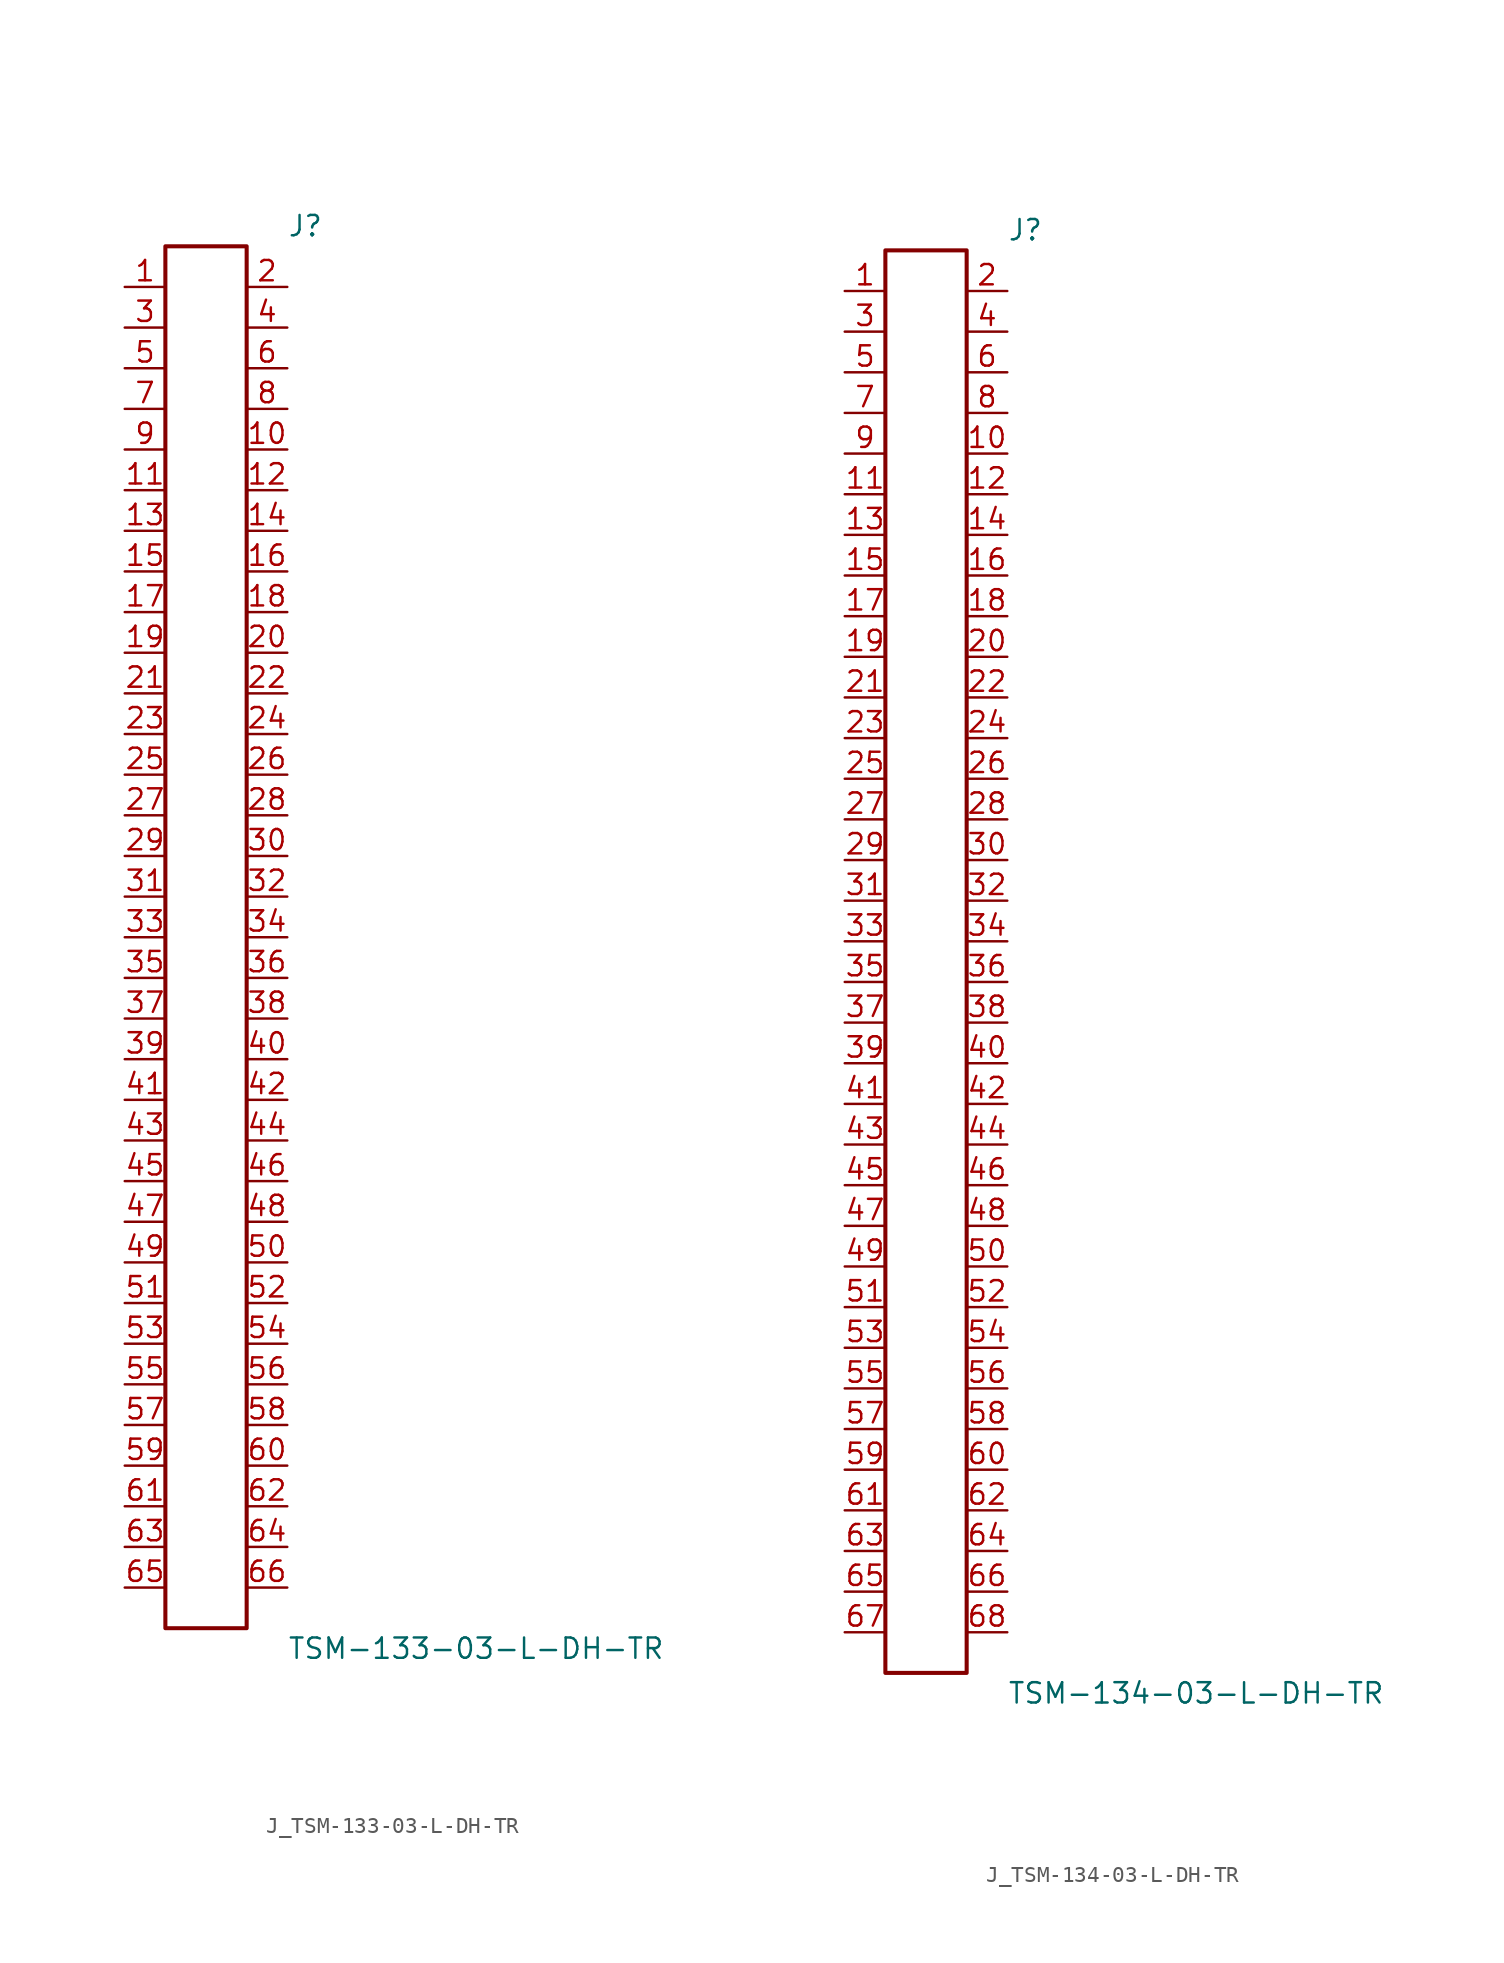
<source format=kicad_sym>
(kicad_symbol_lib
  (version 20231120)
  (generator kicad_symbol_editor)
  (generator_version 8.0)
  (symbol "J_TSM-133-03-L-DH-TR"
    (pin_names
      (offset 0.254))
    (property "Reference" "J"
      (at 5.08 44.45 0)
      (effects (font (size 1.27 1.27)) (justify left)))
    (property "Value" "TSM-133-03-L-DH-TR"
      (at 5.08 -44.45 0)
      (effects (font (size 1.27 1.27)) (justify left)))
    (symbol "J_TSM-133-03-L-DH-TR_0_0"
      (pin passive line (at -5.08 40.64 0) (length 2.54) (name "" (effects (font (size 1.27 1.27)))) (number "1" (effects (font (size 1.27 1.27)))))
      (pin passive line (at 5.08 40.64 180) (length 2.54) (name "" (effects (font (size 1.27 1.27)))) (number "2" (effects (font (size 1.27 1.27)))))
      (pin passive line (at -5.08 38.1 0) (length 2.54) (name "" (effects (font (size 1.27 1.27)))) (number "3" (effects (font (size 1.27 1.27)))))
      (pin passive line (at 5.08 38.1 180) (length 2.54) (name "" (effects (font (size 1.27 1.27)))) (number "4" (effects (font (size 1.27 1.27)))))
      (pin passive line (at -5.08 35.56 0) (length 2.54) (name "" (effects (font (size 1.27 1.27)))) (number "5" (effects (font (size 1.27 1.27)))))
      (pin passive line (at 5.08 35.56 180) (length 2.54) (name "" (effects (font (size 1.27 1.27)))) (number "6" (effects (font (size 1.27 1.27)))))
      (pin passive line (at -5.08 33.02 0) (length 2.54) (name "" (effects (font (size 1.27 1.27)))) (number "7" (effects (font (size 1.27 1.27)))))
      (pin passive line (at 5.08 33.02 180) (length 2.54) (name "" (effects (font (size 1.27 1.27)))) (number "8" (effects (font (size 1.27 1.27)))))
      (pin passive line (at -5.08 30.48 0) (length 2.54) (name "" (effects (font (size 1.27 1.27)))) (number "9" (effects (font (size 1.27 1.27)))))
      (pin passive line (at 5.08 30.48 180) (length 2.54) (name "" (effects (font (size 1.27 1.27)))) (number "10" (effects (font (size 1.27 1.27)))))
      (pin passive line (at -5.08 27.94 0) (length 2.54) (name "" (effects (font (size 1.27 1.27)))) (number "11" (effects (font (size 1.27 1.27)))))
      (pin passive line (at 5.08 27.94 180) (length 2.54) (name "" (effects (font (size 1.27 1.27)))) (number "12" (effects (font (size 1.27 1.27)))))
      (pin passive line (at -5.08 25.4 0) (length 2.54) (name "" (effects (font (size 1.27 1.27)))) (number "13" (effects (font (size 1.27 1.27)))))
      (pin passive line (at 5.08 25.4 180) (length 2.54) (name "" (effects (font (size 1.27 1.27)))) (number "14" (effects (font (size 1.27 1.27)))))
      (pin passive line (at -5.08 22.86 0) (length 2.54) (name "" (effects (font (size 1.27 1.27)))) (number "15" (effects (font (size 1.27 1.27)))))
      (pin passive line (at 5.08 22.86 180) (length 2.54) (name "" (effects (font (size 1.27 1.27)))) (number "16" (effects (font (size 1.27 1.27)))))
      (pin passive line (at -5.08 20.32 0) (length 2.54) (name "" (effects (font (size 1.27 1.27)))) (number "17" (effects (font (size 1.27 1.27)))))
      (pin passive line (at 5.08 20.32 180) (length 2.54) (name "" (effects (font (size 1.27 1.27)))) (number "18" (effects (font (size 1.27 1.27)))))
      (pin passive line (at -5.08 17.78 0) (length 2.54) (name "" (effects (font (size 1.27 1.27)))) (number "19" (effects (font (size 1.27 1.27)))))
      (pin passive line (at 5.08 17.78 180) (length 2.54) (name "" (effects (font (size 1.27 1.27)))) (number "20" (effects (font (size 1.27 1.27)))))
      (pin passive line (at -5.08 15.24 0) (length 2.54) (name "" (effects (font (size 1.27 1.27)))) (number "21" (effects (font (size 1.27 1.27)))))
      (pin passive line (at 5.08 15.24 180) (length 2.54) (name "" (effects (font (size 1.27 1.27)))) (number "22" (effects (font (size 1.27 1.27)))))
      (pin passive line (at -5.08 12.7 0) (length 2.54) (name "" (effects (font (size 1.27 1.27)))) (number "23" (effects (font (size 1.27 1.27)))))
      (pin passive line (at 5.08 12.7 180) (length 2.54) (name "" (effects (font (size 1.27 1.27)))) (number "24" (effects (font (size 1.27 1.27)))))
      (pin passive line (at -5.08 10.16 0) (length 2.54) (name "" (effects (font (size 1.27 1.27)))) (number "25" (effects (font (size 1.27 1.27)))))
      (pin passive line (at 5.08 10.16 180) (length 2.54) (name "" (effects (font (size 1.27 1.27)))) (number "26" (effects (font (size 1.27 1.27)))))
      (pin passive line (at -5.08 7.62 0) (length 2.54) (name "" (effects (font (size 1.27 1.27)))) (number "27" (effects (font (size 1.27 1.27)))))
      (pin passive line (at 5.08 7.62 180) (length 2.54) (name "" (effects (font (size 1.27 1.27)))) (number "28" (effects (font (size 1.27 1.27)))))
      (pin passive line (at -5.08 5.08 0) (length 2.54) (name "" (effects (font (size 1.27 1.27)))) (number "29" (effects (font (size 1.27 1.27)))))
      (pin passive line (at 5.08 5.08 180) (length 2.54) (name "" (effects (font (size 1.27 1.27)))) (number "30" (effects (font (size 1.27 1.27)))))
      (pin passive line (at -5.08 2.54 0) (length 2.54) (name "" (effects (font (size 1.27 1.27)))) (number "31" (effects (font (size 1.27 1.27)))))
      (pin passive line (at 5.08 2.54 180) (length 2.54) (name "" (effects (font (size 1.27 1.27)))) (number "32" (effects (font (size 1.27 1.27)))))
      (pin passive line (at -5.08 0.0 0) (length 2.54) (name "" (effects (font (size 1.27 1.27)))) (number "33" (effects (font (size 1.27 1.27)))))
      (pin passive line (at 5.08 0.0 180) (length 2.54) (name "" (effects (font (size 1.27 1.27)))) (number "34" (effects (font (size 1.27 1.27)))))
      (pin passive line (at -5.08 -2.54 0) (length 2.54) (name "" (effects (font (size 1.27 1.27)))) (number "35" (effects (font (size 1.27 1.27)))))
      (pin passive line (at 5.08 -2.54 180) (length 2.54) (name "" (effects (font (size 1.27 1.27)))) (number "36" (effects (font (size 1.27 1.27)))))
      (pin passive line (at -5.08 -5.08 0) (length 2.54) (name "" (effects (font (size 1.27 1.27)))) (number "37" (effects (font (size 1.27 1.27)))))
      (pin passive line (at 5.08 -5.08 180) (length 2.54) (name "" (effects (font (size 1.27 1.27)))) (number "38" (effects (font (size 1.27 1.27)))))
      (pin passive line (at -5.08 -7.62 0) (length 2.54) (name "" (effects (font (size 1.27 1.27)))) (number "39" (effects (font (size 1.27 1.27)))))
      (pin passive line (at 5.08 -7.62 180) (length 2.54) (name "" (effects (font (size 1.27 1.27)))) (number "40" (effects (font (size 1.27 1.27)))))
      (pin passive line (at -5.08 -10.16 0) (length 2.54) (name "" (effects (font (size 1.27 1.27)))) (number "41" (effects (font (size 1.27 1.27)))))
      (pin passive line (at 5.08 -10.16 180) (length 2.54) (name "" (effects (font (size 1.27 1.27)))) (number "42" (effects (font (size 1.27 1.27)))))
      (pin passive line (at -5.08 -12.7 0) (length 2.54) (name "" (effects (font (size 1.27 1.27)))) (number "43" (effects (font (size 1.27 1.27)))))
      (pin passive line (at 5.08 -12.7 180) (length 2.54) (name "" (effects (font (size 1.27 1.27)))) (number "44" (effects (font (size 1.27 1.27)))))
      (pin passive line (at -5.08 -15.24 0) (length 2.54) (name "" (effects (font (size 1.27 1.27)))) (number "45" (effects (font (size 1.27 1.27)))))
      (pin passive line (at 5.08 -15.24 180) (length 2.54) (name "" (effects (font (size 1.27 1.27)))) (number "46" (effects (font (size 1.27 1.27)))))
      (pin passive line (at -5.08 -17.78 0) (length 2.54) (name "" (effects (font (size 1.27 1.27)))) (number "47" (effects (font (size 1.27 1.27)))))
      (pin passive line (at 5.08 -17.78 180) (length 2.54) (name "" (effects (font (size 1.27 1.27)))) (number "48" (effects (font (size 1.27 1.27)))))
      (pin passive line (at -5.08 -20.32 0) (length 2.54) (name "" (effects (font (size 1.27 1.27)))) (number "49" (effects (font (size 1.27 1.27)))))
      (pin passive line (at 5.08 -20.32 180) (length 2.54) (name "" (effects (font (size 1.27 1.27)))) (number "50" (effects (font (size 1.27 1.27)))))
      (pin passive line (at -5.08 -22.86 0) (length 2.54) (name "" (effects (font (size 1.27 1.27)))) (number "51" (effects (font (size 1.27 1.27)))))
      (pin passive line (at 5.08 -22.86 180) (length 2.54) (name "" (effects (font (size 1.27 1.27)))) (number "52" (effects (font (size 1.27 1.27)))))
      (pin passive line (at -5.08 -25.4 0) (length 2.54) (name "" (effects (font (size 1.27 1.27)))) (number "53" (effects (font (size 1.27 1.27)))))
      (pin passive line (at 5.08 -25.4 180) (length 2.54) (name "" (effects (font (size 1.27 1.27)))) (number "54" (effects (font (size 1.27 1.27)))))
      (pin passive line (at -5.08 -27.94 0) (length 2.54) (name "" (effects (font (size 1.27 1.27)))) (number "55" (effects (font (size 1.27 1.27)))))
      (pin passive line (at 5.08 -27.94 180) (length 2.54) (name "" (effects (font (size 1.27 1.27)))) (number "56" (effects (font (size 1.27 1.27)))))
      (pin passive line (at -5.08 -30.48 0) (length 2.54) (name "" (effects (font (size 1.27 1.27)))) (number "57" (effects (font (size 1.27 1.27)))))
      (pin passive line (at 5.08 -30.48 180) (length 2.54) (name "" (effects (font (size 1.27 1.27)))) (number "58" (effects (font (size 1.27 1.27)))))
      (pin passive line (at -5.08 -33.02 0) (length 2.54) (name "" (effects (font (size 1.27 1.27)))) (number "59" (effects (font (size 1.27 1.27)))))
      (pin passive line (at 5.08 -33.02 180) (length 2.54) (name "" (effects (font (size 1.27 1.27)))) (number "60" (effects (font (size 1.27 1.27)))))
      (pin passive line (at -5.08 -35.56 0) (length 2.54) (name "" (effects (font (size 1.27 1.27)))) (number "61" (effects (font (size 1.27 1.27)))))
      (pin passive line (at 5.08 -35.56 180) (length 2.54) (name "" (effects (font (size 1.27 1.27)))) (number "62" (effects (font (size 1.27 1.27)))))
      (pin passive line (at -5.08 -38.1 0) (length 2.54) (name "" (effects (font (size 1.27 1.27)))) (number "63" (effects (font (size 1.27 1.27)))))
      (pin passive line (at 5.08 -38.1 180) (length 2.54) (name "" (effects (font (size 1.27 1.27)))) (number "64" (effects (font (size 1.27 1.27)))))
      (pin passive line (at -5.08 -40.64 0) (length 2.54) (name "" (effects (font (size 1.27 1.27)))) (number "65" (effects (font (size 1.27 1.27)))))
      (pin passive line (at 5.08 -40.64 180) (length 2.54) (name "" (effects (font (size 1.27 1.27)))) (number "66" (effects (font (size 1.27 1.27))))))
    (symbol "J_TSM-133-03-L-DH-TR_1_0"
      (rectangle (start -2.54 43.18) (end 2.54 -43.18) (stroke (width 0.254) (type solid)) (fill (type none)))))
  (symbol "J_TSM-134-03-L-DH-TR"
    (pin_names
      (offset 0.254))
    (property "Reference" "J"
      (at 5.08 45.72 0)
      (effects (font (size 1.27 1.27)) (justify left)))
    (property "Value" "TSM-134-03-L-DH-TR"
      (at 5.08 -45.72 0)
      (effects (font (size 1.27 1.27)) (justify left)))
    (symbol "J_TSM-134-03-L-DH-TR_0_0"
      (pin passive line (at -5.08 41.91 0) (length 2.54) (name "" (effects (font (size 1.27 1.27)))) (number "1" (effects (font (size 1.27 1.27)))))
      (pin passive line (at 5.08 41.91 180) (length 2.54) (name "" (effects (font (size 1.27 1.27)))) (number "2" (effects (font (size 1.27 1.27)))))
      (pin passive line (at -5.08 39.37 0) (length 2.54) (name "" (effects (font (size 1.27 1.27)))) (number "3" (effects (font (size 1.27 1.27)))))
      (pin passive line (at 5.08 39.37 180) (length 2.54) (name "" (effects (font (size 1.27 1.27)))) (number "4" (effects (font (size 1.27 1.27)))))
      (pin passive line (at -5.08 36.83 0) (length 2.54) (name "" (effects (font (size 1.27 1.27)))) (number "5" (effects (font (size 1.27 1.27)))))
      (pin passive line (at 5.08 36.83 180) (length 2.54) (name "" (effects (font (size 1.27 1.27)))) (number "6" (effects (font (size 1.27 1.27)))))
      (pin passive line (at -5.08 34.29 0) (length 2.54) (name "" (effects (font (size 1.27 1.27)))) (number "7" (effects (font (size 1.27 1.27)))))
      (pin passive line (at 5.08 34.29 180) (length 2.54) (name "" (effects (font (size 1.27 1.27)))) (number "8" (effects (font (size 1.27 1.27)))))
      (pin passive line (at -5.08 31.75 0) (length 2.54) (name "" (effects (font (size 1.27 1.27)))) (number "9" (effects (font (size 1.27 1.27)))))
      (pin passive line (at 5.08 31.75 180) (length 2.54) (name "" (effects (font (size 1.27 1.27)))) (number "10" (effects (font (size 1.27 1.27)))))
      (pin passive line (at -5.08 29.21 0) (length 2.54) (name "" (effects (font (size 1.27 1.27)))) (number "11" (effects (font (size 1.27 1.27)))))
      (pin passive line (at 5.08 29.21 180) (length 2.54) (name "" (effects (font (size 1.27 1.27)))) (number "12" (effects (font (size 1.27 1.27)))))
      (pin passive line (at -5.08 26.67 0) (length 2.54) (name "" (effects (font (size 1.27 1.27)))) (number "13" (effects (font (size 1.27 1.27)))))
      (pin passive line (at 5.08 26.67 180) (length 2.54) (name "" (effects (font (size 1.27 1.27)))) (number "14" (effects (font (size 1.27 1.27)))))
      (pin passive line (at -5.08 24.13 0) (length 2.54) (name "" (effects (font (size 1.27 1.27)))) (number "15" (effects (font (size 1.27 1.27)))))
      (pin passive line (at 5.08 24.13 180) (length 2.54) (name "" (effects (font (size 1.27 1.27)))) (number "16" (effects (font (size 1.27 1.27)))))
      (pin passive line (at -5.08 21.59 0) (length 2.54) (name "" (effects (font (size 1.27 1.27)))) (number "17" (effects (font (size 1.27 1.27)))))
      (pin passive line (at 5.08 21.59 180) (length 2.54) (name "" (effects (font (size 1.27 1.27)))) (number "18" (effects (font (size 1.27 1.27)))))
      (pin passive line (at -5.08 19.05 0) (length 2.54) (name "" (effects (font (size 1.27 1.27)))) (number "19" (effects (font (size 1.27 1.27)))))
      (pin passive line (at 5.08 19.05 180) (length 2.54) (name "" (effects (font (size 1.27 1.27)))) (number "20" (effects (font (size 1.27 1.27)))))
      (pin passive line (at -5.08 16.51 0) (length 2.54) (name "" (effects (font (size 1.27 1.27)))) (number "21" (effects (font (size 1.27 1.27)))))
      (pin passive line (at 5.08 16.51 180) (length 2.54) (name "" (effects (font (size 1.27 1.27)))) (number "22" (effects (font (size 1.27 1.27)))))
      (pin passive line (at -5.08 13.97 0) (length 2.54) (name "" (effects (font (size 1.27 1.27)))) (number "23" (effects (font (size 1.27 1.27)))))
      (pin passive line (at 5.08 13.97 180) (length 2.54) (name "" (effects (font (size 1.27 1.27)))) (number "24" (effects (font (size 1.27 1.27)))))
      (pin passive line (at -5.08 11.43 0) (length 2.54) (name "" (effects (font (size 1.27 1.27)))) (number "25" (effects (font (size 1.27 1.27)))))
      (pin passive line (at 5.08 11.43 180) (length 2.54) (name "" (effects (font (size 1.27 1.27)))) (number "26" (effects (font (size 1.27 1.27)))))
      (pin passive line (at -5.08 8.89 0) (length 2.54) (name "" (effects (font (size 1.27 1.27)))) (number "27" (effects (font (size 1.27 1.27)))))
      (pin passive line (at 5.08 8.89 180) (length 2.54) (name "" (effects (font (size 1.27 1.27)))) (number "28" (effects (font (size 1.27 1.27)))))
      (pin passive line (at -5.08 6.35 0) (length 2.54) (name "" (effects (font (size 1.27 1.27)))) (number "29" (effects (font (size 1.27 1.27)))))
      (pin passive line (at 5.08 6.35 180) (length 2.54) (name "" (effects (font (size 1.27 1.27)))) (number "30" (effects (font (size 1.27 1.27)))))
      (pin passive line (at -5.08 3.81 0) (length 2.54) (name "" (effects (font (size 1.27 1.27)))) (number "31" (effects (font (size 1.27 1.27)))))
      (pin passive line (at 5.08 3.81 180) (length 2.54) (name "" (effects (font (size 1.27 1.27)))) (number "32" (effects (font (size 1.27 1.27)))))
      (pin passive line (at -5.08 1.27 0) (length 2.54) (name "" (effects (font (size 1.27 1.27)))) (number "33" (effects (font (size 1.27 1.27)))))
      (pin passive line (at 5.08 1.27 180) (length 2.54) (name "" (effects (font (size 1.27 1.27)))) (number "34" (effects (font (size 1.27 1.27)))))
      (pin passive line (at -5.08 -1.27 0) (length 2.54) (name "" (effects (font (size 1.27 1.27)))) (number "35" (effects (font (size 1.27 1.27)))))
      (pin passive line (at 5.08 -1.27 180) (length 2.54) (name "" (effects (font (size 1.27 1.27)))) (number "36" (effects (font (size 1.27 1.27)))))
      (pin passive line (at -5.08 -3.81 0) (length 2.54) (name "" (effects (font (size 1.27 1.27)))) (number "37" (effects (font (size 1.27 1.27)))))
      (pin passive line (at 5.08 -3.81 180) (length 2.54) (name "" (effects (font (size 1.27 1.27)))) (number "38" (effects (font (size 1.27 1.27)))))
      (pin passive line (at -5.08 -6.35 0) (length 2.54) (name "" (effects (font (size 1.27 1.27)))) (number "39" (effects (font (size 1.27 1.27)))))
      (pin passive line (at 5.08 -6.35 180) (length 2.54) (name "" (effects (font (size 1.27 1.27)))) (number "40" (effects (font (size 1.27 1.27)))))
      (pin passive line (at -5.08 -8.89 0) (length 2.54) (name "" (effects (font (size 1.27 1.27)))) (number "41" (effects (font (size 1.27 1.27)))))
      (pin passive line (at 5.08 -8.89 180) (length 2.54) (name "" (effects (font (size 1.27 1.27)))) (number "42" (effects (font (size 1.27 1.27)))))
      (pin passive line (at -5.08 -11.43 0) (length 2.54) (name "" (effects (font (size 1.27 1.27)))) (number "43" (effects (font (size 1.27 1.27)))))
      (pin passive line (at 5.08 -11.43 180) (length 2.54) (name "" (effects (font (size 1.27 1.27)))) (number "44" (effects (font (size 1.27 1.27)))))
      (pin passive line (at -5.08 -13.97 0) (length 2.54) (name "" (effects (font (size 1.27 1.27)))) (number "45" (effects (font (size 1.27 1.27)))))
      (pin passive line (at 5.08 -13.97 180) (length 2.54) (name "" (effects (font (size 1.27 1.27)))) (number "46" (effects (font (size 1.27 1.27)))))
      (pin passive line (at -5.08 -16.51 0) (length 2.54) (name "" (effects (font (size 1.27 1.27)))) (number "47" (effects (font (size 1.27 1.27)))))
      (pin passive line (at 5.08 -16.51 180) (length 2.54) (name "" (effects (font (size 1.27 1.27)))) (number "48" (effects (font (size 1.27 1.27)))))
      (pin passive line (at -5.08 -19.05 0) (length 2.54) (name "" (effects (font (size 1.27 1.27)))) (number "49" (effects (font (size 1.27 1.27)))))
      (pin passive line (at 5.08 -19.05 180) (length 2.54) (name "" (effects (font (size 1.27 1.27)))) (number "50" (effects (font (size 1.27 1.27)))))
      (pin passive line (at -5.08 -21.59 0) (length 2.54) (name "" (effects (font (size 1.27 1.27)))) (number "51" (effects (font (size 1.27 1.27)))))
      (pin passive line (at 5.08 -21.59 180) (length 2.54) (name "" (effects (font (size 1.27 1.27)))) (number "52" (effects (font (size 1.27 1.27)))))
      (pin passive line (at -5.08 -24.13 0) (length 2.54) (name "" (effects (font (size 1.27 1.27)))) (number "53" (effects (font (size 1.27 1.27)))))
      (pin passive line (at 5.08 -24.13 180) (length 2.54) (name "" (effects (font (size 1.27 1.27)))) (number "54" (effects (font (size 1.27 1.27)))))
      (pin passive line (at -5.08 -26.67 0) (length 2.54) (name "" (effects (font (size 1.27 1.27)))) (number "55" (effects (font (size 1.27 1.27)))))
      (pin passive line (at 5.08 -26.67 180) (length 2.54) (name "" (effects (font (size 1.27 1.27)))) (number "56" (effects (font (size 1.27 1.27)))))
      (pin passive line (at -5.08 -29.21 0) (length 2.54) (name "" (effects (font (size 1.27 1.27)))) (number "57" (effects (font (size 1.27 1.27)))))
      (pin passive line (at 5.08 -29.21 180) (length 2.54) (name "" (effects (font (size 1.27 1.27)))) (number "58" (effects (font (size 1.27 1.27)))))
      (pin passive line (at -5.08 -31.75 0) (length 2.54) (name "" (effects (font (size 1.27 1.27)))) (number "59" (effects (font (size 1.27 1.27)))))
      (pin passive line (at 5.08 -31.75 180) (length 2.54) (name "" (effects (font (size 1.27 1.27)))) (number "60" (effects (font (size 1.27 1.27)))))
      (pin passive line (at -5.08 -34.29 0) (length 2.54) (name "" (effects (font (size 1.27 1.27)))) (number "61" (effects (font (size 1.27 1.27)))))
      (pin passive line (at 5.08 -34.29 180) (length 2.54) (name "" (effects (font (size 1.27 1.27)))) (number "62" (effects (font (size 1.27 1.27)))))
      (pin passive line (at -5.08 -36.83 0) (length 2.54) (name "" (effects (font (size 1.27 1.27)))) (number "63" (effects (font (size 1.27 1.27)))))
      (pin passive line (at 5.08 -36.83 180) (length 2.54) (name "" (effects (font (size 1.27 1.27)))) (number "64" (effects (font (size 1.27 1.27)))))
      (pin passive line (at -5.08 -39.37 0) (length 2.54) (name "" (effects (font (size 1.27 1.27)))) (number "65" (effects (font (size 1.27 1.27)))))
      (pin passive line (at 5.08 -39.37 180) (length 2.54) (name "" (effects (font (size 1.27 1.27)))) (number "66" (effects (font (size 1.27 1.27)))))
      (pin passive line (at -5.08 -41.91 0) (length 2.54) (name "" (effects (font (size 1.27 1.27)))) (number "67" (effects (font (size 1.27 1.27)))))
      (pin passive line (at 5.08 -41.91 180) (length 2.54) (name "" (effects (font (size 1.27 1.27)))) (number "68" (effects (font (size 1.27 1.27))))))
    (symbol "J_TSM-134-03-L-DH-TR_1_0"
      (rectangle (start -2.54 44.45) (end 2.54 -44.45) (stroke (width 0.254) (type solid)) (fill (type none))))))
</source>
